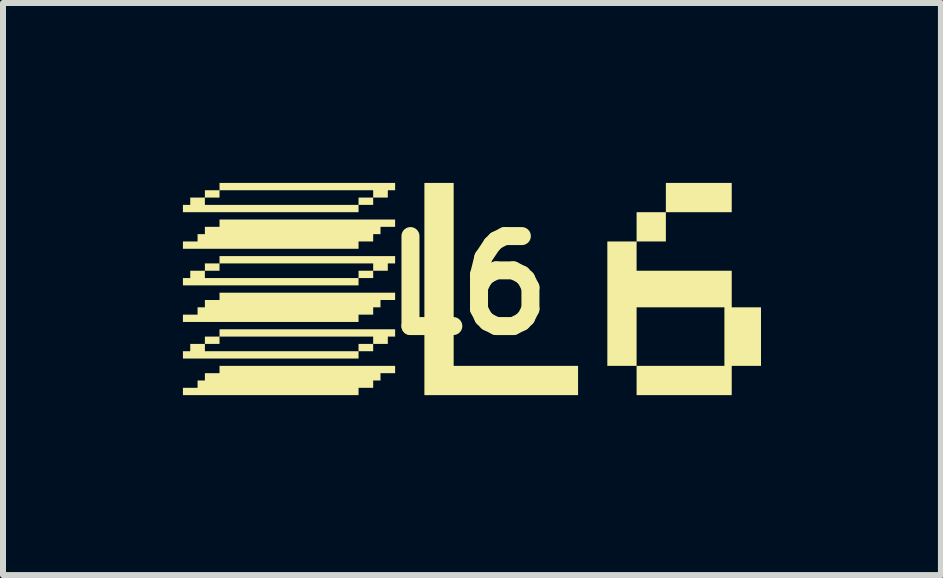
<source format=kicad_pcb>
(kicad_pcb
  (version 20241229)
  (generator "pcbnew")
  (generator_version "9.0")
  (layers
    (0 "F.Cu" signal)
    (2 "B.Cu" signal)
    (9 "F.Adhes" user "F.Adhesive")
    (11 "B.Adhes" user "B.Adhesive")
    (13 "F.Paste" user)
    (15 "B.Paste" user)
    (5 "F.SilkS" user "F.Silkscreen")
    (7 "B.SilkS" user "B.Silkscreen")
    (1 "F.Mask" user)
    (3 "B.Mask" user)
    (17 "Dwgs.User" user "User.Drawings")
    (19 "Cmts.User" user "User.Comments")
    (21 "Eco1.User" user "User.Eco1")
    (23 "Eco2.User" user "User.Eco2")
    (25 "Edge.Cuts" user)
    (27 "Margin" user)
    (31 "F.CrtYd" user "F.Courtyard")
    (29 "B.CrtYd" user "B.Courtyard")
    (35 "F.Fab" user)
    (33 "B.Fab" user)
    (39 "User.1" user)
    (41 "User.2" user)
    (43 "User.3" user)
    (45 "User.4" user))
  (footprint "L6"
    (layer "F.Cu")
    (at 4.758 1.708)
    (property "Reference" "L6" (at 0 0 0) (layer "F.SilkS") (effects (font (size 1.5 1.5) (thickness 0.3))))
    (attr board_only exclude_from_pos_files exclude_from_bom)
    (fp_poly (pts (xy -0.244 -0.183) (xy -0.244 1.342) (xy 0.793 1.342) (xy 1.83 1.342) (xy 1.83 1.586) (xy 1.83 1.83) (xy 0.549 1.83) (xy -0.732 1.83) (xy -0.732 0.061) (xy -0.732 -1.708) (xy -0.488 -1.708) (xy -0.244 -1.708)) (stroke (width 0) (type solid)) (fill yes) (layer "F.SilkS"))
    (fp_poly (pts (xy -1.22 -1.037) (xy -1.22 -0.976) (xy -1.342 -0.976) (xy -1.464 -0.976) (xy -1.464 -0.915) (xy -1.464 -0.854) (xy -1.525 -0.854) (xy -1.586 -0.854) (xy -1.586 -0.793) (xy -1.586 -0.732) (xy -1.708 -0.732) (xy -1.83 -0.732) (xy -1.83 -0.671) (xy -1.83 -0.61) (xy -3.294 -0.61) (xy -4.758 -0.61) (xy -4.758 -0.671) (xy -4.758 -0.732) (xy -4.636 -0.732) (xy -4.514 -0.732) (xy -4.514 -0.793) (xy -4.514 -0.854) (xy -4.453 -0.854) (xy -4.392 -0.854) (xy -4.392 -0.915) (xy -4.392 -0.976) (xy -4.27 -0.976) (xy -4.148 -0.976) (xy -4.148 -1.037) (xy -4.148 -1.098) (xy -2.684 -1.098) (xy -1.22 -1.098)) (stroke (width 0) (type solid)) (fill yes) (layer "F.SilkS"))
    (fp_poly (pts (xy -1.22 0.183) (xy -1.22 0.244) (xy -1.342 0.244) (xy -1.464 0.244) (xy -1.464 0.305) (xy -1.464 0.366) (xy -1.525 0.366) (xy -1.586 0.366) (xy -1.586 0.427) (xy -1.586 0.488) (xy -1.708 0.488) (xy -1.83 0.488) (xy -1.83 0.549) (xy -1.83 0.61) (xy -3.294 0.61) (xy -4.758 0.61) (xy -4.758 0.549) (xy -4.758 0.488) (xy -4.636 0.488) (xy -4.514 0.488) (xy -4.514 0.427) (xy -4.514 0.366) (xy -4.453 0.366) (xy -4.392 0.366) (xy -4.392 0.305) (xy -4.392 0.244) (xy -4.27 0.244) (xy -4.148 0.244) (xy -4.148 0.183) (xy -4.148 0.122) (xy -2.684 0.122) (xy -1.22 0.122)) (stroke (width 0) (type solid)) (fill yes) (layer "F.SilkS"))
    (fp_poly (pts (xy -1.22 1.403) (xy -1.22 1.464) (xy -1.342 1.464) (xy -1.464 1.464) (xy -1.464 1.525) (xy -1.464 1.586) (xy -1.525 1.586) (xy -1.586 1.586) (xy -1.586 1.647) (xy -1.586 1.708) (xy -1.708 1.708) (xy -1.83 1.708) (xy -1.83 1.769) (xy -1.83 1.83) (xy -3.294 1.83) (xy -4.758 1.83) (xy -4.758 1.769) (xy -4.758 1.708) (xy -4.636 1.708) (xy -4.514 1.708) (xy -4.514 1.647) (xy -4.514 1.586) (xy -4.453 1.586) (xy -4.392 1.586) (xy -4.392 1.525) (xy -4.392 1.464) (xy -4.27 1.464) (xy -4.148 1.464) (xy -4.148 1.403) (xy -4.148 1.342) (xy -2.684 1.342) (xy -1.22 1.342)) (stroke (width 0) (type solid)) (fill yes) (layer "F.SilkS"))
    (fp_poly (pts (xy -1.22 -1.647) (xy -1.22 -1.586) (xy -1.281 -1.586) (xy -1.342 -1.586) (xy -1.342 -1.525) (xy -1.342 -1.464) (xy -1.464 -1.464) (xy -1.586 -1.464) (xy -1.586 -1.403) (xy -1.586 -1.342) (xy -1.708 -1.342) (xy -1.83 -1.342) (xy -1.83 -1.281) (xy -1.83 -1.22) (xy -3.294 -1.22) (xy -4.758 -1.22) (xy -4.758 -1.281) (xy -4.758 -1.342) (xy -4.697 -1.342) (xy -4.636 -1.342) (xy -4.392 -1.342) (xy -3.111 -1.342) (xy -1.83 -1.342) (xy -1.83 -1.403) (xy -1.83 -1.464) (xy -1.708 -1.464) (xy -1.586 -1.464) (xy -1.586 -1.525) (xy -1.586 -1.586) (xy -2.867 -1.586) (xy -4.148 -1.586) (xy -4.148 -1.525) (xy -4.148 -1.464) (xy -4.27 -1.464) (xy -4.392 -1.464) (xy -4.392 -1.403) (xy -4.392 -1.342) (xy -4.636 -1.342) (xy -4.636 -1.403) (xy -4.636 -1.464) (xy -4.514 -1.464) (xy -4.392 -1.464) (xy -4.392 -1.525) (xy -4.392 -1.586) (xy -4.27 -1.586) (xy -4.148 -1.586) (xy -4.148 -1.647) (xy -4.148 -1.708) (xy -2.684 -1.708) (xy -1.22 -1.708)) (stroke (width 0) (type solid)) (fill yes) (layer "F.SilkS"))
    (fp_poly (pts (xy -1.22 -0.427) (xy -1.22 -0.366) (xy -1.281 -0.366) (xy -1.342 -0.366) (xy -1.342 -0.305) (xy -1.342 -0.244) (xy -1.464 -0.244) (xy -1.586 -0.244) (xy -1.586 -0.183) (xy -1.586 -0.122) (xy -1.708 -0.122) (xy -1.83 -0.122) (xy -1.83 -0.061) (xy -1.83 0) (xy -3.294 0) (xy -4.758 0) (xy -4.758 -0.061) (xy -4.758 -0.122) (xy -4.697 -0.122) (xy -4.636 -0.122) (xy -4.392 -0.122) (xy -3.111 -0.122) (xy -1.83 -0.122) (xy -1.83 -0.183) (xy -1.83 -0.244) (xy -1.708 -0.244) (xy -1.586 -0.244) (xy -1.586 -0.305) (xy -1.586 -0.366) (xy -2.867 -0.366) (xy -4.148 -0.366) (xy -4.148 -0.305) (xy -4.148 -0.244) (xy -4.27 -0.244) (xy -4.392 -0.244) (xy -4.392 -0.183) (xy -4.392 -0.122) (xy -4.636 -0.122) (xy -4.636 -0.183) (xy -4.636 -0.244) (xy -4.514 -0.244) (xy -4.392 -0.244) (xy -4.392 -0.305) (xy -4.392 -0.366) (xy -4.27 -0.366) (xy -4.148 -0.366) (xy -4.148 -0.427) (xy -4.148 -0.488) (xy -2.684 -0.488) (xy -1.22 -0.488)) (stroke (width 0) (type solid)) (fill yes) (layer "F.SilkS"))
    (fp_poly (pts (xy -1.22 0.793) (xy -1.22 0.854) (xy -1.281 0.854) (xy -1.342 0.854) (xy -1.342 0.915) (xy -1.342 0.976) (xy -1.464 0.976) (xy -1.586 0.976) (xy -1.586 1.037) (xy -1.586 1.098) (xy -1.708 1.098) (xy -1.83 1.098) (xy -1.83 1.159) (xy -1.83 1.22) (xy -3.294 1.22) (xy -4.758 1.22) (xy -4.758 1.159) (xy -4.758 1.098) (xy -4.697 1.098) (xy -4.636 1.098) (xy -4.392 1.098) (xy -3.111 1.098) (xy -1.83 1.098) (xy -1.83 1.037) (xy -1.83 0.976) (xy -1.708 0.976) (xy -1.586 0.976) (xy -1.586 0.915) (xy -1.586 0.854) (xy -2.867 0.854) (xy -4.148 0.854) (xy -4.148 0.915) (xy -4.148 0.976) (xy -4.27 0.976) (xy -4.392 0.976) (xy -4.392 1.037) (xy -4.392 1.098) (xy -4.636 1.098) (xy -4.636 1.037) (xy -4.636 0.976) (xy -4.514 0.976) (xy -4.392 0.976) (xy -4.392 0.915) (xy -4.392 0.854) (xy -4.27 0.854) (xy -4.148 0.854) (xy -4.148 0.793) (xy -4.148 0.732) (xy -2.684 0.732) (xy -1.22 0.732)) (stroke (width 0) (type solid)) (fill yes) (layer "F.SilkS"))
    (fp_poly (pts (xy 4.392 -1.464) (xy 4.392 -1.22) (xy 3.843 -1.22) (xy 3.294 -1.22) (xy 3.294 -0.976) (xy 3.294 -0.732) (xy 3.05 -0.732) (xy 2.806 -0.732) (xy 2.806 -0.488) (xy 2.806 -0.244) (xy 3.599 -0.244) (xy 4.392 -0.244) (xy 4.392 0.061) (xy 4.392 0.366) (xy 4.636 0.366) (xy 4.88 0.366) (xy 4.88 0.854) (xy 4.88 1.342) (xy 4.636 1.342) (xy 4.392 1.342) (xy 4.392 1.586) (xy 4.392 1.83) (xy 3.599 1.83) (xy 2.806 1.83) (xy 2.806 1.586) (xy 2.806 1.342) (xy 2.562 1.342) (xy 2.318 1.342) (xy 2.318 0.366) (xy 2.806 0.366) (xy 2.806 0.854) (xy 2.806 1.342) (xy 3.538 1.342) (xy 4.27 1.342) (xy 4.27 0.854) (xy 4.27 0.366) (xy 3.538 0.366) (xy 2.806 0.366) (xy 2.318 0.366) (xy 2.318 0.305) (xy 2.318 -0.732) (xy 2.562 -0.732) (xy 2.806 -0.732) (xy 2.806 -0.976) (xy 2.806 -1.22) (xy 3.05 -1.22) (xy 3.294 -1.22) (xy 3.294 -1.464) (xy 3.294 -1.708) (xy 3.843 -1.708) (xy 4.392 -1.708)) (stroke (width 0) (type solid)) (fill yes) (layer "F.SilkS")))
  (gr_rect
    (start -3 -3)
    (end 12.638 6.538)
    (stroke (width 0.1) (type default))
    (fill no)
    (layer "Edge.Cuts")))
</source>
